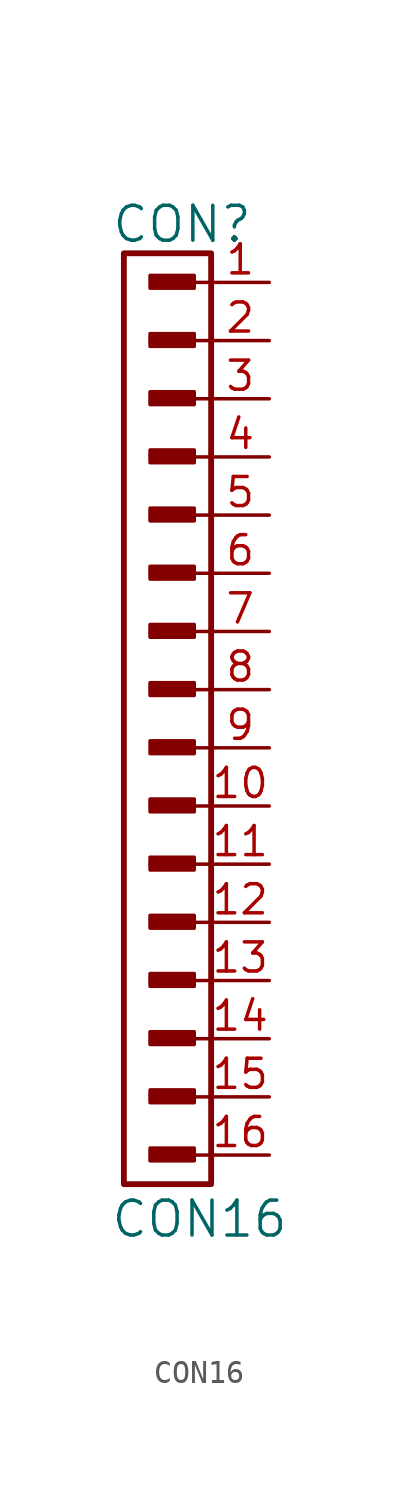
<source format=kicad_sym>
(kicad_symbol_lib
  (version 20211014)
  (generator kicad_symbol_editor)
  (symbol "CON16"
    (pin_names
      (offset 1.016))
    (property "Reference" "CON"
      (at -1.27 20.32 0)
      (effects (font (size 1.524 1.524))))
    (property "Value" "CON16"
      (at -0.508 -23.114 0)
      (effects (font (size 1.524 1.524))))
    (property "Footprint" ""
      (at -1.905 16.51 0)
      (effects (font (size 1.524 1.524))))
    (property "Datasheet" ""
      (at -1.905 16.51 0)
      (effects (font (size 1.524 1.524))))
    (symbol "CON16_0_0"
      (rectangle (start -2.642 -20.472) (end -0.864 -20.117) (stroke (width 0) (type default) (color 0 0 0 0)) (fill (type none)))
      (rectangle (start -2.642 -17.932) (end -0.864 -17.577) (stroke (width 0) (type default) (color 0 0 0 0)) (fill (type none)))
      (rectangle (start -2.642 -15.392) (end -0.864 -15.037) (stroke (width 0) (type default) (color 0 0 0 0)) (fill (type none)))
      (rectangle (start -2.642 -12.852) (end -0.864 -12.497) (stroke (width 0) (type default) (color 0 0 0 0)) (fill (type none)))
      (rectangle (start -2.642 -10.312) (end -0.864 -9.957) (stroke (width 0) (type default) (color 0 0 0 0)) (fill (type none)))
      (rectangle (start -2.642 -7.772) (end -0.864 -7.417) (stroke (width 0) (type default) (color 0 0 0 0)) (fill (type none)))
      (rectangle (start -2.642 -5.232) (end -0.864 -4.877) (stroke (width 0) (type default) (color 0 0 0 0)) (fill (type none)))
      (rectangle (start -2.642 -0.152) (end -0.864 0.203) (stroke (width 0) (type default) (color 0 0 0 0)) (fill (type none)))
      (rectangle (start -2.642 2.388) (end -0.864 2.743) (stroke (width 0) (type default) (color 0 0 0 0)) (fill (type none)))
      (rectangle (start -2.642 4.928) (end -0.864 5.283) (stroke (width 0) (type default) (color 0 0 0 0)) (fill (type none)))
      (rectangle (start -2.642 7.468) (end -0.864 7.823) (stroke (width 0) (type default) (color 0 0 0 0)) (fill (type none)))
      (rectangle (start -2.642 10.008) (end -0.864 10.363) (stroke (width 0) (type default) (color 0 0 0 0)) (fill (type none)))
      (rectangle (start -2.642 12.548) (end -0.864 12.903) (stroke (width 0) (type default) (color 0 0 0 0)) (fill (type none)))
      (rectangle (start -2.642 15.088) (end -0.864 15.443) (stroke (width 0) (type default) (color 0 0 0 0)) (fill (type none)))
      (rectangle (start -2.616 -20.371) (end -0.965 -20.269) (stroke (width 0) (type default) (color 0 0 0 0)) (fill (type none)))
      (rectangle (start -2.616 -17.831) (end -0.965 -17.729) (stroke (width 0) (type default) (color 0 0 0 0)) (fill (type none)))
      (rectangle (start -2.616 -15.291) (end -0.965 -15.189) (stroke (width 0) (type default) (color 0 0 0 0)) (fill (type none)))
      (rectangle (start -2.616 -12.751) (end -0.965 -12.649) (stroke (width 0) (type default) (color 0 0 0 0)) (fill (type none)))
      (rectangle (start -2.616 -10.211) (end -0.965 -10.109) (stroke (width 0) (type default) (color 0 0 0 0)) (fill (type none)))
      (rectangle (start -2.616 -7.671) (end -0.965 -7.569) (stroke (width 0) (type default) (color 0 0 0 0)) (fill (type none)))
      (rectangle (start -2.616 -5.131) (end -0.965 -5.029) (stroke (width 0) (type default) (color 0 0 0 0)) (fill (type none)))
      (rectangle (start -2.616 -2.692) (end -0.838 -2.337) (stroke (width 0) (type default) (color 0 0 0 0)) (fill (type none)))
      (rectangle (start -2.616 -0.051) (end -0.965 0.051) (stroke (width 0) (type default) (color 0 0 0 0)) (fill (type none)))
      (rectangle (start -2.616 2.489) (end -0.965 2.591) (stroke (width 0) (type default) (color 0 0 0 0)) (fill (type none)))
      (rectangle (start -2.616 5.029) (end -0.965 5.131) (stroke (width 0) (type default) (color 0 0 0 0)) (fill (type none)))
      (rectangle (start -2.616 7.569) (end -0.965 7.671) (stroke (width 0) (type default) (color 0 0 0 0)) (fill (type none)))
      (rectangle (start -2.616 10.109) (end -0.965 10.211) (stroke (width 0) (type default) (color 0 0 0 0)) (fill (type none)))
      (rectangle (start -2.616 12.649) (end -0.965 12.751) (stroke (width 0) (type default) (color 0 0 0 0)) (fill (type none)))
      (rectangle (start -2.616 15.189) (end -0.965 15.291) (stroke (width 0) (type default) (color 0 0 0 0)) (fill (type none)))
      (rectangle (start -2.616 17.628) (end -0.838 17.983) (stroke (width 0) (type default) (color 0 0 0 0)) (fill (type none)))
      (rectangle (start -2.591 -2.565) (end -0.94 -2.464) (stroke (width 0) (type default) (color 0 0 0 0)) (fill (type none)))
      (rectangle (start -2.591 17.755) (end -0.94 17.856) (stroke (width 0) (type default) (color 0 0 0 0)) (fill (type none)))
      (rectangle (start -0.965 -20.193) (end -2.642 -20.396) (stroke (width 0) (type default) (color 0 0 0 0)) (fill (type none)))
      (rectangle (start -0.965 -17.653) (end -2.642 -17.856) (stroke (width 0) (type default) (color 0 0 0 0)) (fill (type none)))
      (rectangle (start -0.965 -15.113) (end -2.642 -15.316) (stroke (width 0) (type default) (color 0 0 0 0)) (fill (type none)))
      (rectangle (start -0.965 -12.573) (end -2.642 -12.776) (stroke (width 0) (type default) (color 0 0 0 0)) (fill (type none)))
      (rectangle (start -0.965 -10.033) (end -2.642 -10.236) (stroke (width 0) (type default) (color 0 0 0 0)) (fill (type none)))
      (rectangle (start -0.965 -7.493) (end -2.642 -7.696) (stroke (width 0) (type default) (color 0 0 0 0)) (fill (type none)))
      (rectangle (start -0.965 -4.953) (end -2.642 -5.156) (stroke (width 0) (type default) (color 0 0 0 0)) (fill (type none)))
      (rectangle (start -0.965 0.127) (end -2.642 -0.076) (stroke (width 0) (type default) (color 0 0 0 0)) (fill (type none)))
      (rectangle (start -0.965 2.667) (end -2.642 2.464) (stroke (width 0) (type default) (color 0 0 0 0)) (fill (type none)))
      (rectangle (start -0.965 5.207) (end -2.642 5.004) (stroke (width 0) (type default) (color 0 0 0 0)) (fill (type none)))
      (rectangle (start -0.965 7.747) (end -2.642 7.544) (stroke (width 0) (type default) (color 0 0 0 0)) (fill (type none)))
      (rectangle (start -0.965 10.287) (end -2.642 10.084) (stroke (width 0) (type default) (color 0 0 0 0)) (fill (type none)))
      (rectangle (start -0.965 12.827) (end -2.642 12.624) (stroke (width 0) (type default) (color 0 0 0 0)) (fill (type none)))
      (rectangle (start -0.965 15.367) (end -2.642 15.164) (stroke (width 0) (type default) (color 0 0 0 0)) (fill (type none)))
      (rectangle (start -0.864 -2.438) (end -2.54 -2.642) (stroke (width 0) (type default) (color 0 0 0 0)) (fill (type none)))
      (rectangle (start -0.864 17.882) (end -2.54 17.678) (stroke (width 0) (type default) (color 0 0 0 0)) (fill (type none)))
      (rectangle (start -0.737 -20.015) (end -2.667 -20.574) (stroke (width 0) (type default) (color 0 0 0 0)) (fill (type none)))
      (rectangle (start -0.737 -17.475) (end -2.667 -18.034) (stroke (width 0) (type default) (color 0 0 0 0)) (fill (type none)))
      (rectangle (start -0.737 -14.935) (end -2.667 -15.494) (stroke (width 0) (type default) (color 0 0 0 0)) (fill (type none)))
      (rectangle (start -0.737 -12.395) (end -2.667 -12.954) (stroke (width 0) (type default) (color 0 0 0 0)) (fill (type none)))
      (rectangle (start -0.737 -9.855) (end -2.667 -10.414) (stroke (width 0) (type default) (color 0 0 0 0)) (fill (type none)))
      (rectangle (start -0.737 -7.315) (end -2.667 -7.874) (stroke (width 0) (type default) (color 0 0 0 0)) (fill (type none)))
      (rectangle (start -0.737 -4.775) (end -2.667 -5.334) (stroke (width 0) (type default) (color 0 0 0 0)) (fill (type none)))
      (rectangle (start -0.737 -2.235) (end -2.667 -2.794) (stroke (width 0) (type default) (color 0 0 0 0)) (fill (type none)))
      (rectangle (start -0.737 0.305) (end -2.667 -0.254) (stroke (width 0) (type default) (color 0 0 0 0)) (fill (type none)))
      (rectangle (start -0.737 2.845) (end -2.667 2.286) (stroke (width 0) (type default) (color 0 0 0 0)) (fill (type none)))
      (rectangle (start -0.737 5.385) (end -2.667 4.826) (stroke (width 0) (type default) (color 0 0 0 0)) (fill (type none)))
      (rectangle (start -0.737 7.925) (end -2.667 7.366) (stroke (width 0) (type default) (color 0 0 0 0)) (fill (type none)))
      (rectangle (start -0.737 10.465) (end -2.667 9.906) (stroke (width 0) (type default) (color 0 0 0 0)) (fill (type none)))
      (rectangle (start -0.737 13.005) (end -2.667 12.446) (stroke (width 0) (type default) (color 0 0 0 0)) (fill (type none)))
      (rectangle (start -0.737 15.545) (end -2.667 14.986) (stroke (width 0) (type default) (color 0 0 0 0)) (fill (type none)))
      (rectangle (start -0.737 18.085) (end -2.667 17.526) (stroke (width 0) (type default) (color 0 0 0 0)) (fill (type none)))
      (polyline (pts (xy 0 -20.32) (xy -0.762 -20.32)) (stroke (width 0) (type default) (color 0 0 0 0)) (fill (type none)))
      (polyline (pts (xy 0 -17.78) (xy -0.762 -17.78)) (stroke (width 0) (type default) (color 0 0 0 0)) (fill (type none)))
      (polyline (pts (xy 0 -15.24) (xy -0.762 -15.24)) (stroke (width 0) (type default) (color 0 0 0 0)) (fill (type none)))
      (polyline (pts (xy 0 -12.7) (xy -0.762 -12.7)) (stroke (width 0) (type default) (color 0 0 0 0)) (fill (type none)))
      (polyline (pts (xy 0 -10.16) (xy -0.762 -10.16)) (stroke (width 0) (type default) (color 0 0 0 0)) (fill (type none)))
      (polyline (pts (xy 0 -7.62) (xy -0.762 -7.62)) (stroke (width 0) (type default) (color 0 0 0 0)) (fill (type none)))
      (polyline (pts (xy 0 -5.08) (xy -0.762 -5.08)) (stroke (width 0) (type default) (color 0 0 0 0)) (fill (type none)))
      (polyline (pts (xy 0 -2.54) (xy -0.762 -2.54)) (stroke (width 0) (type default) (color 0 0 0 0)) (fill (type none)))
      (polyline (pts (xy 0 0) (xy -0.762 0)) (stroke (width 0) (type default) (color 0 0 0 0)) (fill (type none)))
      (polyline (pts (xy 0 2.54) (xy -0.762 2.54)) (stroke (width 0) (type default) (color 0 0 0 0)) (fill (type none)))
      (polyline (pts (xy 0 5.08) (xy -0.762 5.08)) (stroke (width 0) (type default) (color 0 0 0 0)) (fill (type none)))
      (polyline (pts (xy 0 7.62) (xy -0.762 7.62)) (stroke (width 0) (type default) (color 0 0 0 0)) (fill (type none)))
      (polyline (pts (xy 0 10.16) (xy -0.762 10.16)) (stroke (width 0) (type default) (color 0 0 0 0)) (fill (type none)))
      (polyline (pts (xy 0 12.7) (xy -0.762 12.7)) (stroke (width 0) (type default) (color 0 0 0 0)) (fill (type none)))
      (polyline (pts (xy 0 15.24) (xy -0.762 15.24)) (stroke (width 0) (type default) (color 0 0 0 0)) (fill (type none)))
      (polyline (pts (xy 0 17.78) (xy -0.762 17.78)) (stroke (width 0) (type default) (color 0 0 0 0)) (fill (type none))))
    (symbol "CON16_0_1"
      (rectangle (start -3.81 19.05) (end 0 -21.59) (stroke (width 0.254) (type default) (color 0 0 0 0)) (fill (type none))))
    (symbol "CON16_1_1"
      (pin passive line (at 2.54 17.78 180) (length 2.54) (name "~" (effects (font (size 1.27 1.27)))) (number "1" (effects (font (size 1.27 1.27)))))
      (pin passive line (at 2.54 -5.08 180) (length 2.54) (name "~" (effects (font (size 1.27 1.27)))) (number "10" (effects (font (size 1.27 1.27)))))
      (pin passive line (at 2.54 -7.62 180) (length 2.54) (name "~" (effects (font (size 1.27 1.27)))) (number "11" (effects (font (size 1.27 1.27)))))
      (pin passive line (at 2.54 -10.16 180) (length 2.54) (name "~" (effects (font (size 1.27 1.27)))) (number "12" (effects (font (size 1.27 1.27)))))
      (pin passive line (at 2.54 -12.7 180) (length 2.54) (name "~" (effects (font (size 1.27 1.27)))) (number "13" (effects (font (size 1.27 1.27)))))
      (pin passive line (at 2.54 -15.24 180) (length 2.54) (name "~" (effects (font (size 1.27 1.27)))) (number "14" (effects (font (size 1.27 1.27)))))
      (pin passive line (at 2.54 -17.78 180) (length 2.54) (name "~" (effects (font (size 1.27 1.27)))) (number "15" (effects (font (size 1.27 1.27)))))
      (pin passive line (at 2.54 -20.32 180) (length 2.54) (name "~" (effects (font (size 1.27 1.27)))) (number "16" (effects (font (size 1.27 1.27)))))
      (pin passive line (at 2.54 15.24 180) (length 2.54) (name "~" (effects (font (size 1.27 1.27)))) (number "2" (effects (font (size 1.27 1.27)))))
      (pin passive line (at 2.54 12.7 180) (length 2.54) (name "~" (effects (font (size 1.27 1.27)))) (number "3" (effects (font (size 1.27 1.27)))))
      (pin passive line (at 2.54 10.16 180) (length 2.54) (name "~" (effects (font (size 1.27 1.27)))) (number "4" (effects (font (size 1.27 1.27)))))
      (pin passive line (at 2.54 7.62 180) (length 2.54) (name "~" (effects (font (size 1.27 1.27)))) (number "5" (effects (font (size 1.27 1.27)))))
      (pin passive line (at 2.54 5.08 180) (length 2.54) (name "~" (effects (font (size 1.27 1.27)))) (number "6" (effects (font (size 1.27 1.27)))))
      (pin passive line (at 2.54 2.54 180) (length 2.54) (name "~" (effects (font (size 1.27 1.27)))) (number "7" (effects (font (size 1.27 1.27)))))
      (pin passive line (at 2.54 0 180) (length 2.54) (name "~" (effects (font (size 1.27 1.27)))) (number "8" (effects (font (size 1.27 1.27)))))
      (pin passive line (at 2.54 -2.54 180) (length 2.54) (name "~" (effects (font (size 1.27 1.27)))) (number "9" (effects (font (size 1.27 1.27))))))))
</source>
